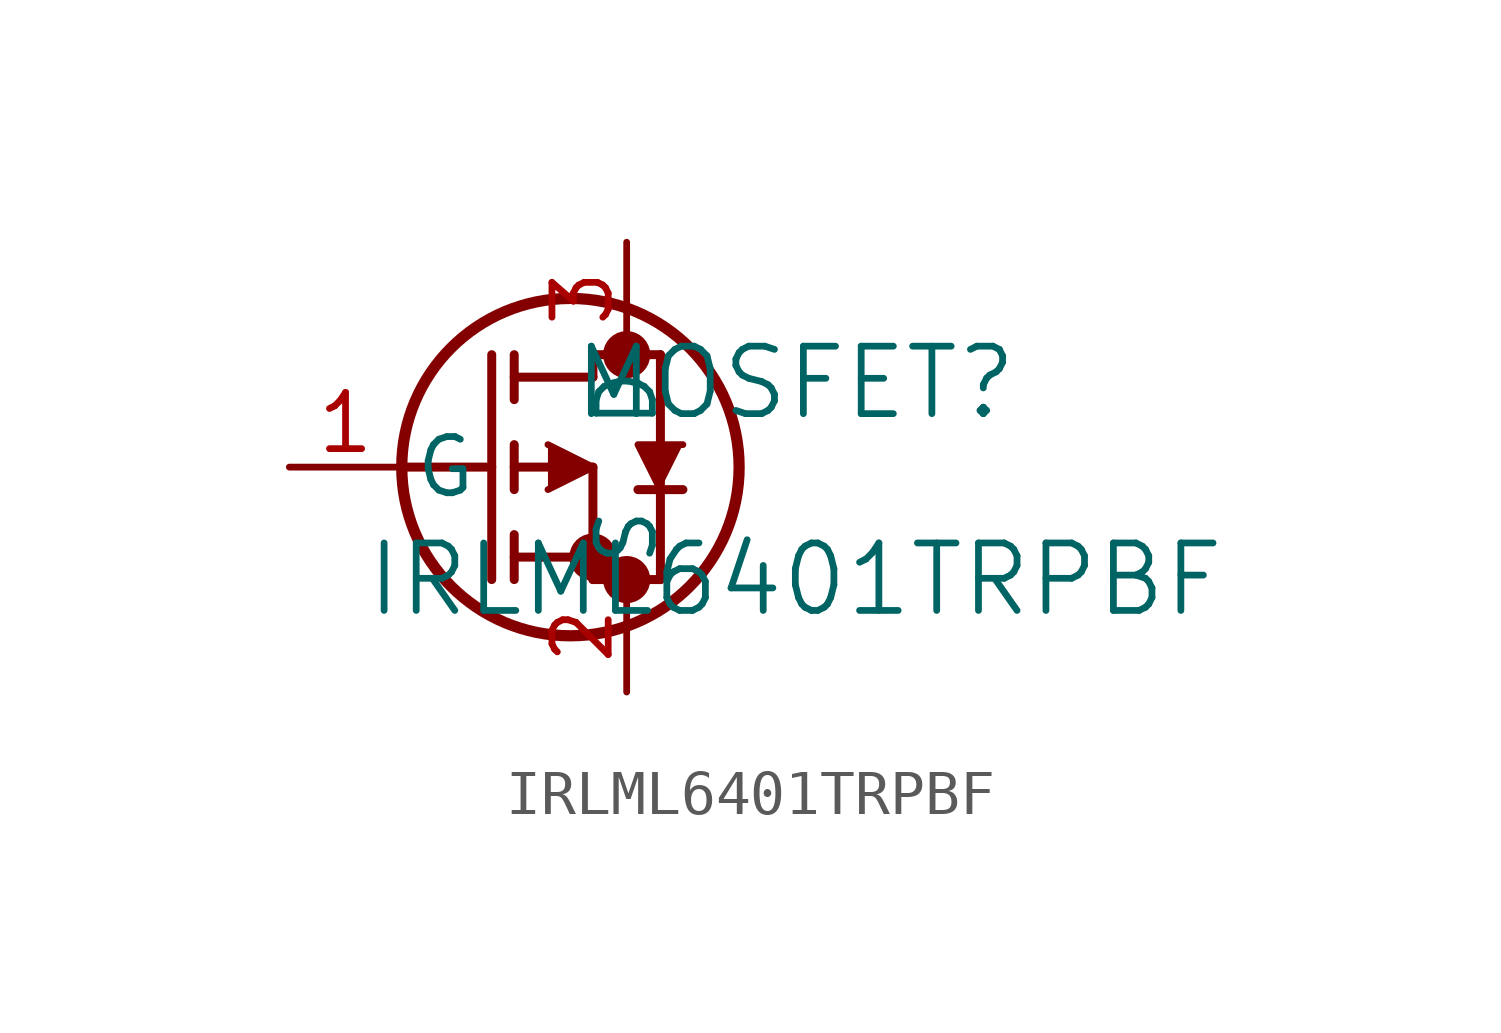
<source format=kicad_sym>
(kicad_symbol_lib
  (version 20241209)
  (generator "kicad_symbol_editor")
  (generator_version "9.0")
  (symbol "IRLML6401TRPBF"
    (pin_names
      (offset 0.254))
    (property "Reference" "MOSFET"
      (at 11.43 1.905 0)
      (effects (font (size 1.524 1.524))))
    (property "Value" "IRLML6401TRPBF"
      (at 11.43 -2.54 0)
      (effects (font (size 1.524 1.524))))
    (symbol "IRLML6401TRPBF_0_1"
      (polyline (pts (xy 2.54 0) (xy 4.572 0)) (stroke (width 0.203) (type default)) (fill (type none)))
      (polyline (pts (xy 4.572 -2.54) (xy 4.572 2.54)) (stroke (width 0.203) (type default)) (fill (type none)))
      (polyline (pts (xy 5.08 2.032) (xy 6.858 2.032)) (stroke (width 0.203) (type default)) (fill (type none)))
      (polyline (pts (xy 5.08 1.524) (xy 5.08 2.54)) (stroke (width 0.203) (type default)) (fill (type none)))
      (polyline (pts (xy 5.08 0) (xy 6.858 0)) (stroke (width 0.203) (type default)) (fill (type none)))
      (polyline (pts (xy 5.08 -0.508) (xy 5.08 0.508)) (stroke (width 0.203) (type default)) (fill (type none)))
      (polyline (pts (xy 5.08 -2.032) (xy 6.858 -2.032)) (stroke (width 0.203) (type default)) (fill (type none)))
      (polyline (pts (xy 5.08 -2.54) (xy 5.08 -1.524)) (stroke (width 0.203) (type default)) (fill (type none)))
      (polyline (pts (xy 5.842 0.508) (xy 6.858 0) (xy 5.842 -0.508)) (stroke (width 0) (type default)) (fill (type outline)))
      (circle (center 6.35 0) (radius 3.81) (stroke (width 0.254) (type default)) (fill (type none)))
      (polyline (pts (xy 6.858 2.54) (xy 8.382 2.54)) (stroke (width 0.203) (type default)) (fill (type none)))
      (polyline (pts (xy 6.858 2.032) (xy 6.858 2.54)) (stroke (width 0.203) (type default)) (fill (type none)))
      (circle (center 6.858 -2.032) (radius 0.025) (stroke (width 0.508) (type default)) (fill (type none)))
      (polyline (pts (xy 6.858 -2.54) (xy 6.858 0)) (stroke (width 0.203) (type default)) (fill (type none)))
      (polyline (pts (xy 6.858 -2.54) (xy 8.382 -2.54)) (stroke (width 0.203) (type default)) (fill (type none)))
      (circle (center 7.62 2.54) (radius 0.025) (stroke (width 0.508) (type default)) (fill (type none)))
      (circle (center 7.62 -2.54) (radius 0.025) (stroke (width 0.508) (type default)) (fill (type none)))
      (polyline (pts (xy 8.382 -2.54) (xy 8.382 2.54)) (stroke (width 0.203) (type default)) (fill (type none)))
      (polyline (pts (xy 8.89 0.508) (xy 7.874 0.508) (xy 8.382 -0.508)) (stroke (width 0) (type default)) (fill (type outline)))
      (polyline (pts (xy 8.89 -0.508) (xy 7.874 -0.508)) (stroke (width 0.203) (type default)) (fill (type none)))
      (pin unspecified line (at 0 0 0) (length 2.54) (name "G" (effects (font (size 1.27 1.27)))) (number "1" (effects (font (size 1.27 1.27)))))
      (pin unspecified line (at 7.62 5.08 270) (length 2.54) (name "D" (effects (font (size 1.27 1.27)))) (number "3" (effects (font (size 1.27 1.27)))))
      (pin unspecified line (at 7.62 -5.08 90) (length 2.54) (name "S" (effects (font (size 1.27 1.27)))) (number "2" (effects (font (size 1.27 1.27))))))))
</source>
